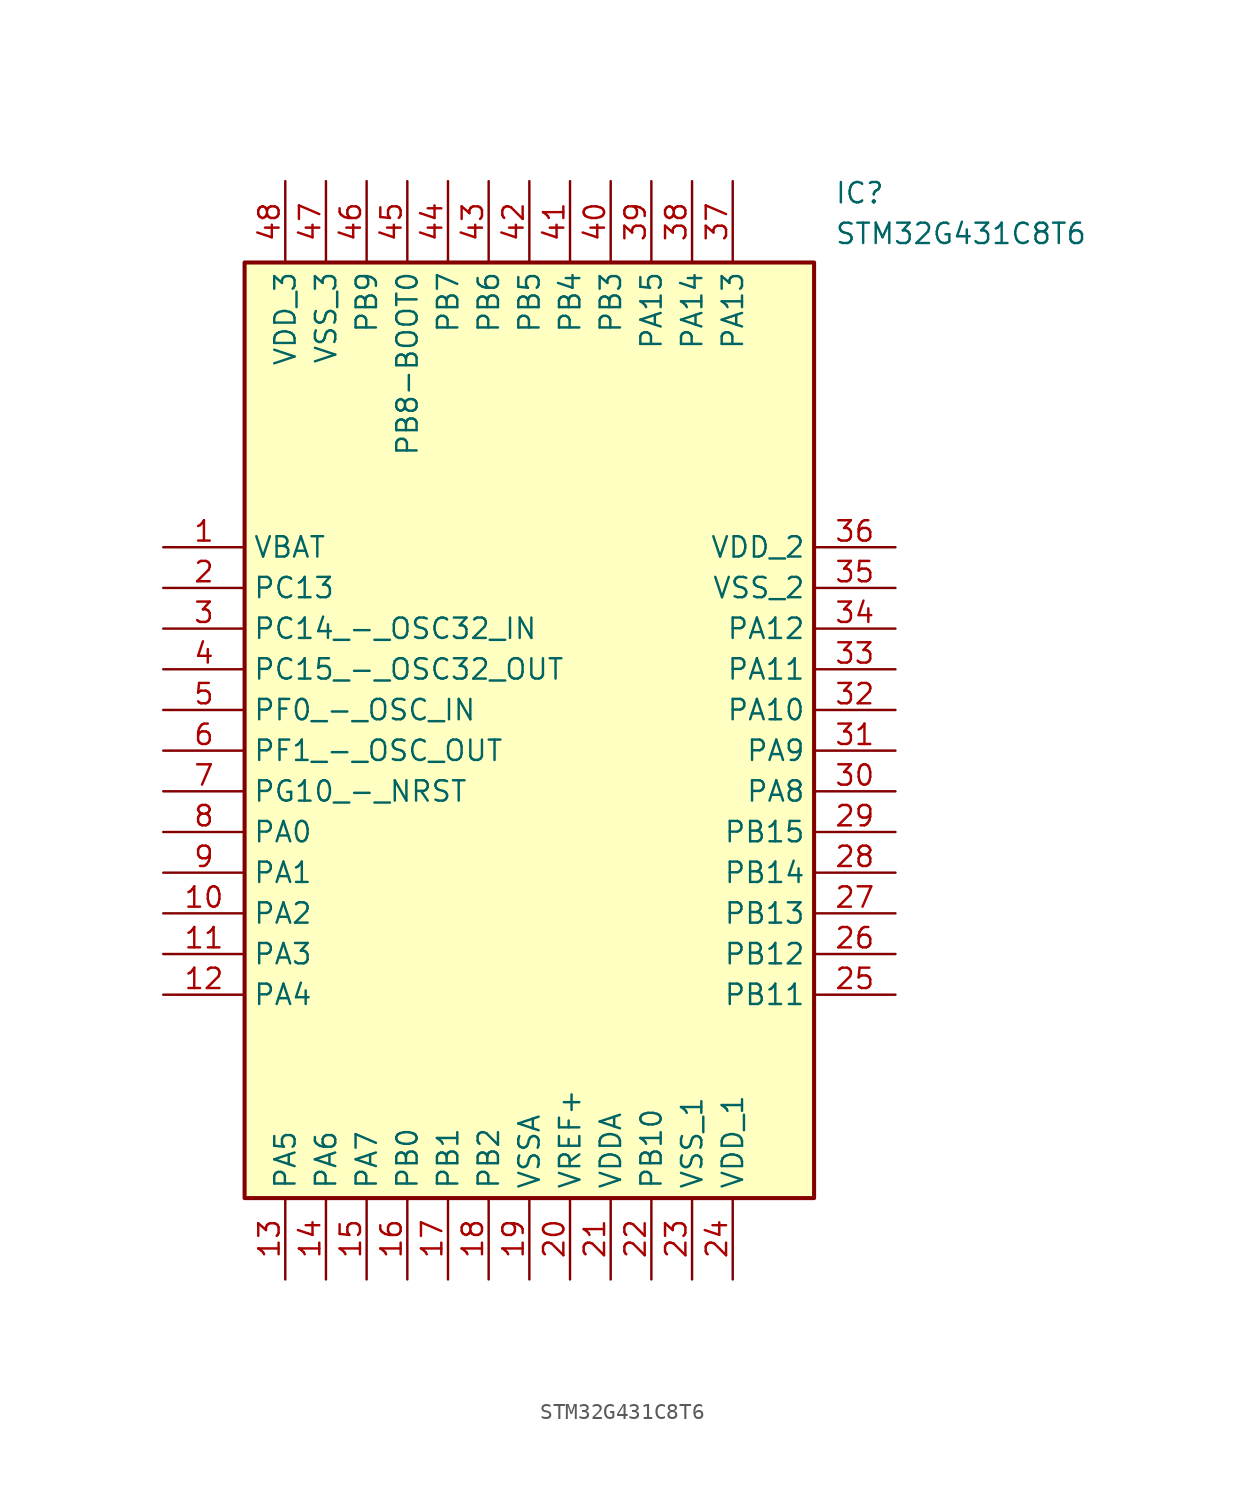
<source format=kicad_sym>
(kicad_symbol_lib
  (version 20241209)
  (generator "kicad_symbol_editor")
  (generator_version "9.0")
  (symbol "STM32G431C8T6"
    (property "Reference" "IC"
      (at 41.91 22.86 0)
      (effects (font (size 1.27 1.27)) (justify left top)))
    (property "Value" "STM32G431C8T6"
      (at 41.91 20.32 0)
      (effects (font (size 1.27 1.27)) (justify left top)))
    (symbol "STM32G431C8T6_1_1"
      (rectangle (start 5.08 17.78) (end 40.64 -40.64) (stroke (width 0.254) (type default)) (fill (type background)))
      (pin passive line (at 0 0 0) (length 5.08) (name "VBAT" (effects (font (size 1.27 1.27)))) (number "1" (effects (font (size 1.27 1.27)))))
      (pin passive line (at 0 -2.54 0) (length 5.08) (name "PC13" (effects (font (size 1.27 1.27)))) (number "2" (effects (font (size 1.27 1.27)))))
      (pin passive line (at 0 -5.08 0) (length 5.08) (name "PC14_-_OSC32_IN" (effects (font (size 1.27 1.27)))) (number "3" (effects (font (size 1.27 1.27)))))
      (pin passive line (at 0 -7.62 0) (length 5.08) (name "PC15_-_OSC32_OUT" (effects (font (size 1.27 1.27)))) (number "4" (effects (font (size 1.27 1.27)))))
      (pin passive line (at 0 -10.16 0) (length 5.08) (name "PF0_-_OSC_IN" (effects (font (size 1.27 1.27)))) (number "5" (effects (font (size 1.27 1.27)))))
      (pin passive line (at 0 -12.7 0) (length 5.08) (name "PF1_-_OSC_OUT" (effects (font (size 1.27 1.27)))) (number "6" (effects (font (size 1.27 1.27)))))
      (pin passive line (at 0 -15.24 0) (length 5.08) (name "PG10_-_NRST" (effects (font (size 1.27 1.27)))) (number "7" (effects (font (size 1.27 1.27)))))
      (pin passive line (at 0 -17.78 0) (length 5.08) (name "PA0" (effects (font (size 1.27 1.27)))) (number "8" (effects (font (size 1.27 1.27)))))
      (pin passive line (at 0 -20.32 0) (length 5.08) (name "PA1" (effects (font (size 1.27 1.27)))) (number "9" (effects (font (size 1.27 1.27)))))
      (pin passive line (at 0 -22.86 0) (length 5.08) (name "PA2" (effects (font (size 1.27 1.27)))) (number "10" (effects (font (size 1.27 1.27)))))
      (pin passive line (at 0 -25.4 0) (length 5.08) (name "PA3" (effects (font (size 1.27 1.27)))) (number "11" (effects (font (size 1.27 1.27)))))
      (pin passive line (at 0 -27.94 0) (length 5.08) (name "PA4" (effects (font (size 1.27 1.27)))) (number "12" (effects (font (size 1.27 1.27)))))
      (pin passive line (at 7.62 22.86 270) (length 5.08) (name "VDD_3" (effects (font (size 1.27 1.27)))) (number "48" (effects (font (size 1.27 1.27)))))
      (pin passive line (at 7.62 -45.72 90) (length 5.08) (name "PA5" (effects (font (size 1.27 1.27)))) (number "13" (effects (font (size 1.27 1.27)))))
      (pin passive line (at 10.16 22.86 270) (length 5.08) (name "VSS_3" (effects (font (size 1.27 1.27)))) (number "47" (effects (font (size 1.27 1.27)))))
      (pin passive line (at 10.16 -45.72 90) (length 5.08) (name "PA6" (effects (font (size 1.27 1.27)))) (number "14" (effects (font (size 1.27 1.27)))))
      (pin passive line (at 12.7 22.86 270) (length 5.08) (name "PB9" (effects (font (size 1.27 1.27)))) (number "46" (effects (font (size 1.27 1.27)))))
      (pin passive line (at 12.7 -45.72 90) (length 5.08) (name "PA7" (effects (font (size 1.27 1.27)))) (number "15" (effects (font (size 1.27 1.27)))))
      (pin passive line (at 15.24 22.86 270) (length 5.08) (name "PB8-BOOT0" (effects (font (size 1.27 1.27)))) (number "45" (effects (font (size 1.27 1.27)))))
      (pin passive line (at 15.24 -45.72 90) (length 5.08) (name "PB0" (effects (font (size 1.27 1.27)))) (number "16" (effects (font (size 1.27 1.27)))))
      (pin passive line (at 17.78 22.86 270) (length 5.08) (name "PB7" (effects (font (size 1.27 1.27)))) (number "44" (effects (font (size 1.27 1.27)))))
      (pin passive line (at 17.78 -45.72 90) (length 5.08) (name "PB1" (effects (font (size 1.27 1.27)))) (number "17" (effects (font (size 1.27 1.27)))))
      (pin passive line (at 20.32 22.86 270) (length 5.08) (name "PB6" (effects (font (size 1.27 1.27)))) (number "43" (effects (font (size 1.27 1.27)))))
      (pin passive line (at 20.32 -45.72 90) (length 5.08) (name "PB2" (effects (font (size 1.27 1.27)))) (number "18" (effects (font (size 1.27 1.27)))))
      (pin passive line (at 22.86 22.86 270) (length 5.08) (name "PB5" (effects (font (size 1.27 1.27)))) (number "42" (effects (font (size 1.27 1.27)))))
      (pin passive line (at 22.86 -45.72 90) (length 5.08) (name "VSSA" (effects (font (size 1.27 1.27)))) (number "19" (effects (font (size 1.27 1.27)))))
      (pin passive line (at 25.4 22.86 270) (length 5.08) (name "PB4" (effects (font (size 1.27 1.27)))) (number "41" (effects (font (size 1.27 1.27)))))
      (pin passive line (at 25.4 -45.72 90) (length 5.08) (name "VREF+" (effects (font (size 1.27 1.27)))) (number "20" (effects (font (size 1.27 1.27)))))
      (pin passive line (at 27.94 22.86 270) (length 5.08) (name "PB3" (effects (font (size 1.27 1.27)))) (number "40" (effects (font (size 1.27 1.27)))))
      (pin passive line (at 27.94 -45.72 90) (length 5.08) (name "VDDA" (effects (font (size 1.27 1.27)))) (number "21" (effects (font (size 1.27 1.27)))))
      (pin passive line (at 30.48 22.86 270) (length 5.08) (name "PA15" (effects (font (size 1.27 1.27)))) (number "39" (effects (font (size 1.27 1.27)))))
      (pin passive line (at 30.48 -45.72 90) (length 5.08) (name "PB10" (effects (font (size 1.27 1.27)))) (number "22" (effects (font (size 1.27 1.27)))))
      (pin passive line (at 33.02 22.86 270) (length 5.08) (name "PA14" (effects (font (size 1.27 1.27)))) (number "38" (effects (font (size 1.27 1.27)))))
      (pin passive line (at 33.02 -45.72 90) (length 5.08) (name "VSS_1" (effects (font (size 1.27 1.27)))) (number "23" (effects (font (size 1.27 1.27)))))
      (pin passive line (at 35.56 22.86 270) (length 5.08) (name "PA13" (effects (font (size 1.27 1.27)))) (number "37" (effects (font (size 1.27 1.27)))))
      (pin passive line (at 35.56 -45.72 90) (length 5.08) (name "VDD_1" (effects (font (size 1.27 1.27)))) (number "24" (effects (font (size 1.27 1.27)))))
      (pin passive line (at 45.72 0 180) (length 5.08) (name "VDD_2" (effects (font (size 1.27 1.27)))) (number "36" (effects (font (size 1.27 1.27)))))
      (pin passive line (at 45.72 -2.54 180) (length 5.08) (name "VSS_2" (effects (font (size 1.27 1.27)))) (number "35" (effects (font (size 1.27 1.27)))))
      (pin passive line (at 45.72 -5.08 180) (length 5.08) (name "PA12" (effects (font (size 1.27 1.27)))) (number "34" (effects (font (size 1.27 1.27)))))
      (pin passive line (at 45.72 -7.62 180) (length 5.08) (name "PA11" (effects (font (size 1.27 1.27)))) (number "33" (effects (font (size 1.27 1.27)))))
      (pin passive line (at 45.72 -10.16 180) (length 5.08) (name "PA10" (effects (font (size 1.27 1.27)))) (number "32" (effects (font (size 1.27 1.27)))))
      (pin passive line (at 45.72 -12.7 180) (length 5.08) (name "PA9" (effects (font (size 1.27 1.27)))) (number "31" (effects (font (size 1.27 1.27)))))
      (pin passive line (at 45.72 -15.24 180) (length 5.08) (name "PA8" (effects (font (size 1.27 1.27)))) (number "30" (effects (font (size 1.27 1.27)))))
      (pin passive line (at 45.72 -17.78 180) (length 5.08) (name "PB15" (effects (font (size 1.27 1.27)))) (number "29" (effects (font (size 1.27 1.27)))))
      (pin passive line (at 45.72 -20.32 180) (length 5.08) (name "PB14" (effects (font (size 1.27 1.27)))) (number "28" (effects (font (size 1.27 1.27)))))
      (pin passive line (at 45.72 -22.86 180) (length 5.08) (name "PB13" (effects (font (size 1.27 1.27)))) (number "27" (effects (font (size 1.27 1.27)))))
      (pin passive line (at 45.72 -25.4 180) (length 5.08) (name "PB12" (effects (font (size 1.27 1.27)))) (number "26" (effects (font (size 1.27 1.27)))))
      (pin passive line (at 45.72 -27.94 180) (length 5.08) (name "PB11" (effects (font (size 1.27 1.27)))) (number "25" (effects (font (size 1.27 1.27))))))))
</source>
